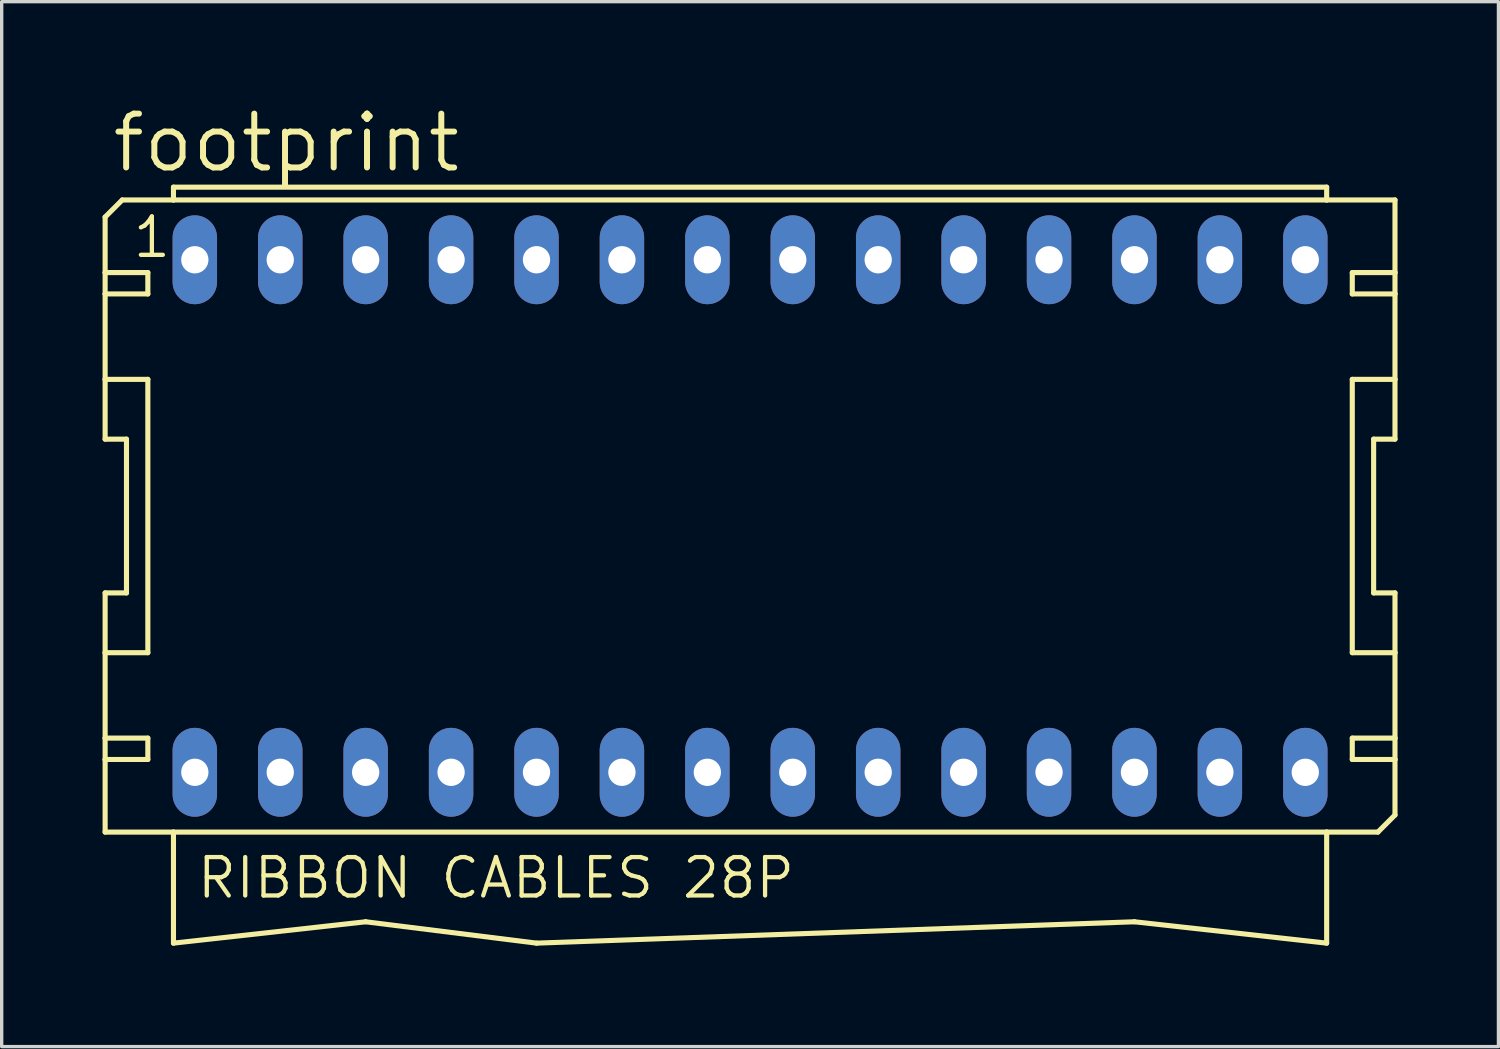
<source format=kicad_pcb>
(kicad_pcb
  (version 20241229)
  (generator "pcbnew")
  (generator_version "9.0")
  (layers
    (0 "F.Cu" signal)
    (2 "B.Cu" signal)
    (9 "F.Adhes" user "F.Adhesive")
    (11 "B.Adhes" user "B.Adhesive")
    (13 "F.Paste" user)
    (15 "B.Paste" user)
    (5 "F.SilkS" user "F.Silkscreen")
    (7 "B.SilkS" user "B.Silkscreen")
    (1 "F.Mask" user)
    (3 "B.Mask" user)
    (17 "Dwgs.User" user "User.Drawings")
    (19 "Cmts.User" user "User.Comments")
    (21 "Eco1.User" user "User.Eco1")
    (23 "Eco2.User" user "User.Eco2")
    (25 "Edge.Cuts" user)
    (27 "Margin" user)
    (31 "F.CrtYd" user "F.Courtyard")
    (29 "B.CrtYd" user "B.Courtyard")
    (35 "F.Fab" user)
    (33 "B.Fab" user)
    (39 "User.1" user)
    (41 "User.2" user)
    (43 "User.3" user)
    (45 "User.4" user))
  (footprint "footprint"
    (layer "F.Cu")
    (at 19.253 12.294)
    (property "Reference" "footprint" (at -19.05 -10.16 0) (layer "F.SilkS") (effects (font (size 1.6 1.6) (thickness 0.178)) (justify left bottom)))
    (fp_line (start -19.177 -8.89) (end -19.177 -7.239) (stroke (width 0.152) (type solid)) (layer "F.SilkS"))
    (fp_line (start -19.177 -7.239) (end -17.907 -7.239) (stroke (width 0.152) (type solid)) (layer "F.SilkS"))
    (fp_line (start -19.177 -6.604) (end -19.177 -7.239) (stroke (width 0.152) (type solid)) (layer "F.SilkS"))
    (fp_line (start -19.177 -6.604) (end -19.177 -4.064) (stroke (width 0.152) (type solid)) (layer "F.SilkS"))
    (fp_line (start -19.177 -6.604) (end -17.907 -6.604) (stroke (width 0.152) (type solid)) (layer "F.SilkS"))
    (fp_line (start -19.177 -4.064) (end -19.177 -2.286) (stroke (width 0.152) (type solid)) (layer "F.SilkS"))
    (fp_line (start -19.177 -4.064) (end -17.907 -4.064) (stroke (width 0.152) (type solid)) (layer "F.SilkS"))
    (fp_line (start -19.177 -2.286) (end -18.542 -2.286) (stroke (width 0.152) (type solid)) (layer "F.SilkS"))
    (fp_line (start -19.177 2.286) (end -19.177 4.064) (stroke (width 0.152) (type solid)) (layer "F.SilkS"))
    (fp_line (start -19.177 4.064) (end -19.177 6.604) (stroke (width 0.152) (type solid)) (layer "F.SilkS"))
    (fp_line (start -19.177 6.604) (end -19.177 7.239) (stroke (width 0.152) (type solid)) (layer "F.SilkS"))
    (fp_line (start -19.177 6.604) (end -17.907 6.604) (stroke (width 0.152) (type solid)) (layer "F.SilkS"))
    (fp_line (start -19.177 7.239) (end -19.177 9.398) (stroke (width 0.152) (type solid)) (layer "F.SilkS"))
    (fp_line (start -18.669 -9.398) (end -19.177 -8.89) (stroke (width 0.152) (type solid)) (layer "F.SilkS"))
    (fp_line (start -18.669 -9.398) (end -17.145 -9.398) (stroke (width 0.152) (type solid)) (layer "F.SilkS"))
    (fp_line (start -18.542 2.286) (end -19.177 2.286) (stroke (width 0.152) (type solid)) (layer "F.SilkS"))
    (fp_line (start -18.542 2.286) (end -18.542 -2.286) (stroke (width 0.152) (type solid)) (layer "F.SilkS"))
    (fp_line (start -17.907 -6.604) (end -17.907 -7.239) (stroke (width 0.152) (type solid)) (layer "F.SilkS"))
    (fp_line (start -17.907 4.064) (end -19.177 4.064) (stroke (width 0.152) (type solid)) (layer "F.SilkS"))
    (fp_line (start -17.907 4.064) (end -17.907 -4.064) (stroke (width 0.152) (type solid)) (layer "F.SilkS"))
    (fp_line (start -17.907 7.239) (end -19.177 7.239) (stroke (width 0.152) (type solid)) (layer "F.SilkS"))
    (fp_line (start -17.907 7.239) (end -17.907 6.604) (stroke (width 0.152) (type solid)) (layer "F.SilkS"))
    (fp_line (start -17.145 -9.779) (end 17.145 -9.779) (stroke (width 0.152) (type solid)) (layer "F.SilkS"))
    (fp_line (start -17.145 -9.398) (end -17.145 -9.779) (stroke (width 0.152) (type solid)) (layer "F.SilkS"))
    (fp_line (start -17.145 -9.398) (end 17.145 -9.398) (stroke (width 0.152) (type solid)) (layer "F.SilkS"))
    (fp_line (start -17.145 9.398) (end -19.177 9.398) (stroke (width 0.152) (type solid)) (layer "F.SilkS"))
    (fp_line (start -17.145 9.398) (end -17.145 12.7) (stroke (width 0.152) (type solid)) (layer "F.SilkS"))
    (fp_line (start -17.145 12.7) (end -11.43 12.065) (stroke (width 0.152) (type solid)) (layer "F.SilkS"))
    (fp_line (start -11.43 12.065) (end -6.35 12.7) (stroke (width 0.152) (type solid)) (layer "F.SilkS"))
    (fp_line (start -6.35 12.7) (end 11.43 12.065) (stroke (width 0.152) (type solid)) (layer "F.SilkS"))
    (fp_line (start 11.43 12.065) (end 17.145 12.7) (stroke (width 0.152) (type solid)) (layer "F.SilkS"))
    (fp_line (start 17.145 -9.779) (end 17.145 -9.398) (stroke (width 0.152) (type solid)) (layer "F.SilkS"))
    (fp_line (start 17.145 -9.398) (end 19.177 -9.398) (stroke (width 0.152) (type solid)) (layer "F.SilkS"))
    (fp_line (start 17.145 9.398) (end -17.145 9.398) (stroke (width 0.152) (type solid)) (layer "F.SilkS"))
    (fp_line (start 17.145 12.7) (end 17.145 9.398) (stroke (width 0.152) (type solid)) (layer "F.SilkS"))
    (fp_line (start 17.907 -7.239) (end 17.907 -6.604) (stroke (width 0.152) (type solid)) (layer "F.SilkS"))
    (fp_line (start 17.907 -7.239) (end 19.177 -7.239) (stroke (width 0.152) (type solid)) (layer "F.SilkS"))
    (fp_line (start 17.907 -4.064) (end 17.907 4.064) (stroke (width 0.152) (type solid)) (layer "F.SilkS"))
    (fp_line (start 17.907 -4.064) (end 19.177 -4.064) (stroke (width 0.152) (type solid)) (layer "F.SilkS"))
    (fp_line (start 17.907 6.604) (end 17.907 7.239) (stroke (width 0.152) (type solid)) (layer "F.SilkS"))
    (fp_line (start 17.907 6.604) (end 19.177 6.604) (stroke (width 0.152) (type solid)) (layer "F.SilkS"))
    (fp_line (start 18.542 -2.286) (end 18.542 2.286) (stroke (width 0.152) (type solid)) (layer "F.SilkS"))
    (fp_line (start 18.542 -2.286) (end 19.177 -2.286) (stroke (width 0.152) (type solid)) (layer "F.SilkS"))
    (fp_line (start 18.669 9.398) (end 17.145 9.398) (stroke (width 0.152) (type solid)) (layer "F.SilkS"))
    (fp_line (start 19.177 -9.398) (end 19.177 -7.239) (stroke (width 0.152) (type solid)) (layer "F.SilkS"))
    (fp_line (start 19.177 -7.239) (end 19.177 -6.604) (stroke (width 0.152) (type solid)) (layer "F.SilkS"))
    (fp_line (start 19.177 -6.604) (end 17.907 -6.604) (stroke (width 0.152) (type solid)) (layer "F.SilkS"))
    (fp_line (start 19.177 -6.604) (end 19.177 -4.064) (stroke (width 0.152) (type solid)) (layer "F.SilkS"))
    (fp_line (start 19.177 -4.064) (end 19.177 -2.286) (stroke (width 0.152) (type solid)) (layer "F.SilkS"))
    (fp_line (start 19.177 2.286) (end 18.542 2.286) (stroke (width 0.152) (type solid)) (layer "F.SilkS"))
    (fp_line (start 19.177 2.286) (end 19.177 4.064) (stroke (width 0.152) (type solid)) (layer "F.SilkS"))
    (fp_line (start 19.177 4.064) (end 17.907 4.064) (stroke (width 0.152) (type solid)) (layer "F.SilkS"))
    (fp_line (start 19.177 4.064) (end 19.177 6.604) (stroke (width 0.152) (type solid)) (layer "F.SilkS"))
    (fp_line (start 19.177 6.604) (end 19.177 7.239) (stroke (width 0.152) (type solid)) (layer "F.SilkS"))
    (fp_line (start 19.177 7.239) (end 17.907 7.239) (stroke (width 0.152) (type solid)) (layer "F.SilkS"))
    (fp_line (start 19.177 7.239) (end 19.177 8.89) (stroke (width 0.152) (type solid)) (layer "F.SilkS"))
    (fp_line (start 19.177 8.89) (end 18.669 9.398) (stroke (width 0.152) (type solid)) (layer "F.SilkS"))
    (fp_text user "1" (at -18.415 -7.62 0) (layer "F.SilkS") (effects (font (size 1.143 1.143) (thickness 0.127)) (justify left bottom)))
    (fp_text user "RIBBON CABLES 28P" (at -16.51 11.43 0) (layer "F.SilkS") (effects (font (size 1.143 1.143) (thickness 0.127)) (justify left bottom)))
    (pad "1" thru_hole oval (at -16.51 -7.62 90) (size 2.642 1.321) (drill 0.813) (layers "*.Cu" "*.Mask"))
    (pad "2" thru_hole oval (at -16.51 7.62 90) (size 2.642 1.321) (drill 0.813) (layers "*.Cu" "*.Mask"))
    (pad "3" thru_hole oval (at -13.97 -7.62 90) (size 2.642 1.321) (drill 0.813) (layers "*.Cu" "*.Mask"))
    (pad "4" thru_hole oval (at -13.97 7.62 90) (size 2.642 1.321) (drill 0.813) (layers "*.Cu" "*.Mask"))
    (pad "5" thru_hole oval (at -11.43 -7.62 90) (size 2.642 1.321) (drill 0.813) (layers "*.Cu" "*.Mask"))
    (pad "6" thru_hole oval (at -11.43 7.62 90) (size 2.642 1.321) (drill 0.813) (layers "*.Cu" "*.Mask"))
    (pad "7" thru_hole oval (at -8.89 -7.62 90) (size 2.642 1.321) (drill 0.813) (layers "*.Cu" "*.Mask"))
    (pad "8" thru_hole oval (at -8.89 7.62 90) (size 2.642 1.321) (drill 0.813) (layers "*.Cu" "*.Mask"))
    (pad "9" thru_hole oval (at -6.35 -7.62 90) (size 2.642 1.321) (drill 0.813) (layers "*.Cu" "*.Mask"))
    (pad "10" thru_hole oval (at -6.35 7.62 90) (size 2.642 1.321) (drill 0.813) (layers "*.Cu" "*.Mask"))
    (pad "11" thru_hole oval (at -3.81 -7.62 90) (size 2.642 1.321) (drill 0.813) (layers "*.Cu" "*.Mask"))
    (pad "12" thru_hole oval (at -3.81 7.62 90) (size 2.642 1.321) (drill 0.813) (layers "*.Cu" "*.Mask"))
    (pad "13" thru_hole oval (at -1.27 -7.62 90) (size 2.642 1.321) (drill 0.813) (layers "*.Cu" "*.Mask"))
    (pad "14" thru_hole oval (at -1.27 7.62 90) (size 2.642 1.321) (drill 0.813) (layers "*.Cu" "*.Mask"))
    (pad "15" thru_hole oval (at 1.27 -7.62 90) (size 2.642 1.321) (drill 0.813) (layers "*.Cu" "*.Mask"))
    (pad "16" thru_hole oval (at 1.27 7.62 90) (size 2.642 1.321) (drill 0.813) (layers "*.Cu" "*.Mask"))
    (pad "17" thru_hole oval (at 3.81 -7.62 90) (size 2.642 1.321) (drill 0.813) (layers "*.Cu" "*.Mask"))
    (pad "18" thru_hole oval (at 3.81 7.62 90) (size 2.642 1.321) (drill 0.813) (layers "*.Cu" "*.Mask"))
    (pad "19" thru_hole oval (at 6.35 -7.62 90) (size 2.642 1.321) (drill 0.813) (layers "*.Cu" "*.Mask"))
    (pad "20" thru_hole oval (at 6.35 7.62 90) (size 2.642 1.321) (drill 0.813) (layers "*.Cu" "*.Mask"))
    (pad "21" thru_hole oval (at 8.89 -7.62 90) (size 2.642 1.321) (drill 0.813) (layers "*.Cu" "*.Mask"))
    (pad "22" thru_hole oval (at 8.89 7.62 90) (size 2.642 1.321) (drill 0.813) (layers "*.Cu" "*.Mask"))
    (pad "23" thru_hole oval (at 11.43 -7.62 90) (size 2.642 1.321) (drill 0.813) (layers "*.Cu" "*.Mask"))
    (pad "24" thru_hole oval (at 11.43 7.62 90) (size 2.642 1.321) (drill 0.813) (layers "*.Cu" "*.Mask"))
    (pad "25" thru_hole oval (at 13.97 -7.62 90) (size 2.642 1.321) (drill 0.813) (layers "*.Cu" "*.Mask"))
    (pad "26" thru_hole oval (at 13.97 7.62 90) (size 2.642 1.321) (drill 0.813) (layers "*.Cu" "*.Mask"))
    (pad "27" thru_hole oval (at 16.51 -7.62 90) (size 2.642 1.321) (drill 0.813) (layers "*.Cu" "*.Mask"))
    (pad "28" thru_hole oval (at 16.51 7.62 90) (size 2.642 1.321) (drill 0.813) (layers "*.Cu" "*.Mask")))
  (gr_rect
    (start -3 -3)
    (end 41.506 28.07)
    (stroke (width 0.1) (type default))
    (fill no)
    (layer "Edge.Cuts")))
</source>
